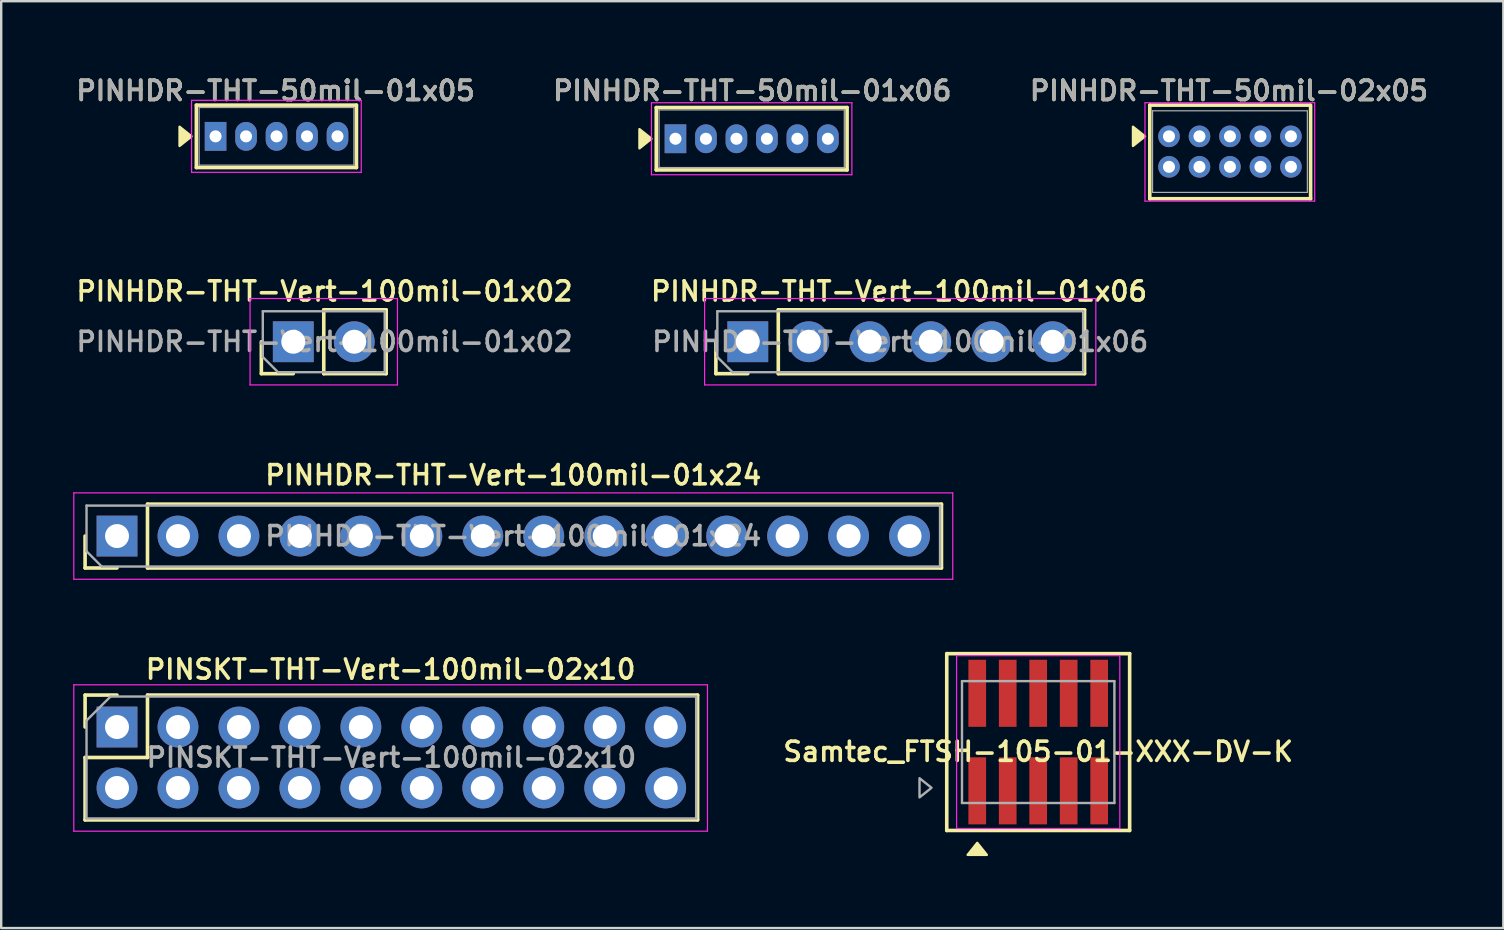
<source format=kicad_pcb>
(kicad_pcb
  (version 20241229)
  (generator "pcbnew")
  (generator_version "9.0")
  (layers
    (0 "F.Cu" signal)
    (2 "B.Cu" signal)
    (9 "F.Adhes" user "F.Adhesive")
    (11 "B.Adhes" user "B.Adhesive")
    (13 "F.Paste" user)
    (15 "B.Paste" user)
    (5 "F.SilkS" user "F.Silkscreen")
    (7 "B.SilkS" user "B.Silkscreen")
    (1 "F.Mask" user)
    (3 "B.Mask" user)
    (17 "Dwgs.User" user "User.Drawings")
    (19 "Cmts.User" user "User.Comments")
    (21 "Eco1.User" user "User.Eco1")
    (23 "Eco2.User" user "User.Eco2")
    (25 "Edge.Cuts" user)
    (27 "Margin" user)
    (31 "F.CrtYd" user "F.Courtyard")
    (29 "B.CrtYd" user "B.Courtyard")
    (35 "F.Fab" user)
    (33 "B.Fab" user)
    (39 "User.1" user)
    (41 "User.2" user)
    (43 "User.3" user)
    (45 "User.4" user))
  (footprint "PINHDR-THT-50mil-01x05"
    (layer "F.Cu")
    (at 5.931 2.631)
    (property "Reference" "PINHDR-THT-50mil-01x05" (at 2.5 -1.9 0) (layer "F.SilkS") (effects (font (size 0.8 0.8) (thickness 0.15))))
    (attr through_hole)
    (fp_line (start -0.8 -1.3) (end 5.87 -1.3) (stroke (width 0.15) (type solid)) (layer "F.SilkS"))
    (fp_line (start -0.8 1.3) (end -0.8 -1.3) (stroke (width 0.15) (type solid)) (layer "F.SilkS"))
    (fp_line (start -0.8 1.3) (end 5.87 1.3) (stroke (width 0.15) (type solid)) (layer "F.SilkS"))
    (fp_line (start 5.87 1.3) (end 5.87 -1.3) (stroke (width 0.15) (type solid)) (layer "F.SilkS"))
    (fp_poly (pts (xy -1 0) (xy -1.5 -0.4) (xy -1.5 0.4)) (stroke (width 0.1) (type solid)) (fill yes) (layer "F.SilkS"))
    (fp_line (start -1 -1.5) (end 6.07 -1.5) (stroke (width 0.05) (type solid)) (layer "F.CrtYd"))
    (fp_line (start -1 1.5) (end -1 -1.5) (stroke (width 0.05) (type solid)) (layer "F.CrtYd"))
    (fp_line (start 6.07 -1.5) (end 6.07 1.5) (stroke (width 0.05) (type solid)) (layer "F.CrtYd"))
    (fp_line (start 6.07 1.5) (end -1 1.5) (stroke (width 0.05) (type solid)) (layer "F.CrtYd"))
    (fp_line (start -0.685 -1.2) (end 5.765 -1.2) (stroke (width 0.05) (type solid)) (layer "F.Fab"))
    (fp_line (start -0.685 1.2) (end -0.685 -1.2) (stroke (width 0.05) (type solid)) (layer "F.Fab"))
    (fp_line (start 5.765 -1.2) (end 5.765 1.2) (stroke (width 0.05) (type solid)) (layer "F.Fab"))
    (fp_line (start 5.765 1.2) (end -0.685 1.2) (stroke (width 0.05) (type solid)) (layer "F.Fab"))
    (fp_text user "${REFERENCE}" (at 2.5 -1.9 0) (layer "F.Fab") (effects (font (size 0.8 0.8) (thickness 0.15))))
    (pad "1" thru_hole rect (at 0 0) (size 0.9 1.2) (drill 0.5) (layers "*.Cu" "*.Mask"))
    (pad "2" thru_hole oval (at 1.27 0) (size 0.9 1.2) (drill 0.5) (layers "*.Cu" "*.Mask"))
    (pad "3" thru_hole oval (at 2.54 0) (size 0.9 1.2) (drill 0.5) (layers "*.Cu" "*.Mask"))
    (pad "4" thru_hole oval (at 3.81 0) (size 0.9 1.2) (drill 0.5) (layers "*.Cu" "*.Mask"))
    (pad "5" thru_hole oval (at 5.08 0) (size 0.9 1.2) (drill 0.5) (layers "*.Cu" "*.Mask")))
  (footprint "PINHDR-THT-Vert-100mil-01x24"
    (layer "F.Cu")
    (at 1.825 19.284)
    (property "Reference" "PINHDR-THT-Vert-100mil-01x24" (at 16.51 -2.54 0) (layer "F.SilkS") (effects (font (size 0.8 0.8) (thickness 0.15))))
    (attr through_hole)
    (fp_line (start -1.33 1.33) (end -1.33 0) (stroke (width 0.15) (type solid)) (layer "F.SilkS"))
    (fp_line (start 0 1.33) (end -1.33 1.33) (stroke (width 0.15) (type solid)) (layer "F.SilkS"))
    (fp_line (start 1.27 -1.33) (end 34.35 -1.33) (stroke (width 0.15) (type solid)) (layer "F.SilkS"))
    (fp_line (start 1.27 1.33) (end 1.27 -1.33) (stroke (width 0.15) (type solid)) (layer "F.SilkS"))
    (fp_line (start 1.27 1.33) (end 34.35 1.33) (stroke (width 0.15) (type solid)) (layer "F.SilkS"))
    (fp_line (start 34.35 1.33) (end 34.35 -1.33) (stroke (width 0.15) (type solid)) (layer "F.SilkS"))
    (fp_line (start -1.8 -1.8) (end -1.8 1.8) (stroke (width 0.05) (type solid)) (layer "F.CrtYd"))
    (fp_line (start -1.8 1.8) (end 34.82 1.8) (stroke (width 0.05) (type solid)) (layer "F.CrtYd"))
    (fp_line (start 34.82 -1.8) (end -1.8 -1.8) (stroke (width 0.05) (type solid)) (layer "F.CrtYd"))
    (fp_line (start 34.82 1.8) (end 34.82 -1.8) (stroke (width 0.05) (type solid)) (layer "F.CrtYd"))
    (fp_line (start -1.27 -1.27) (end 34.29 -1.27) (stroke (width 0.1) (type solid)) (layer "F.Fab"))
    (fp_line (start -1.27 0.635) (end -1.27 -1.27) (stroke (width 0.1) (type solid)) (layer "F.Fab"))
    (fp_line (start -0.635 1.27) (end -1.27 0.635) (stroke (width 0.1) (type solid)) (layer "F.Fab"))
    (fp_line (start 34.29 -1.27) (end 34.29 1.27) (stroke (width 0.1) (type solid)) (layer "F.Fab"))
    (fp_line (start 34.29 1.27) (end -0.635 1.27) (stroke (width 0.1) (type solid)) (layer "F.Fab"))
    (fp_text user "${REFERENCE}" (at 16.51 0 180) (layer "F.Fab") (effects (font (size 0.8 0.8) (thickness 0.15))))
    (pad "1" thru_hole rect (at 0 0 90) (size 1.7 1.7) (drill 1) (layers "*.Cu" "*.Mask"))
    (pad "2" thru_hole oval (at 2.54 0 90) (size 1.7 1.7) (drill 1) (layers "*.Cu" "*.Mask"))
    (pad "3" thru_hole oval (at 5.08 0 90) (size 1.7 1.7) (drill 1) (layers "*.Cu" "*.Mask"))
    (pad "4" thru_hole oval (at 7.62 0 90) (size 1.7 1.7) (drill 1) (layers "*.Cu" "*.Mask"))
    (pad "5" thru_hole oval (at 10.16 0 90) (size 1.7 1.7) (drill 1) (layers "*.Cu" "*.Mask"))
    (pad "6" thru_hole oval (at 12.7 0 90) (size 1.7 1.7) (drill 1) (layers "*.Cu" "*.Mask"))
    (pad "7" thru_hole oval (at 15.24 0 90) (size 1.7 1.7) (drill 1) (layers "*.Cu" "*.Mask"))
    (pad "8" thru_hole oval (at 17.78 0 90) (size 1.7 1.7) (drill 1) (layers "*.Cu" "*.Mask"))
    (pad "9" thru_hole oval (at 20.32 0 90) (size 1.7 1.7) (drill 1) (layers "*.Cu" "*.Mask"))
    (pad "10" thru_hole oval (at 22.86 0 90) (size 1.7 1.7) (drill 1) (layers "*.Cu" "*.Mask"))
    (pad "11" thru_hole oval (at 25.4 0 90) (size 1.7 1.7) (drill 1) (layers "*.Cu" "*.Mask"))
    (pad "12" thru_hole oval (at 27.94 0 90) (size 1.7 1.7) (drill 1) (layers "*.Cu" "*.Mask"))
    (pad "13" thru_hole oval (at 30.48 0 90) (size 1.7 1.7) (drill 1) (layers "*.Cu" "*.Mask"))
    (pad "14" thru_hole oval (at 33.02 0 90) (size 1.7 1.7) (drill 1) (layers "*.Cu" "*.Mask")))
  (footprint "PINHDR-THT-Vert-100mil-01x06"
    (layer "F.Cu")
    (at 28.106 11.188)
    (property "Reference" "PINHDR-THT-Vert-100mil-01x06" (at 6.3 -2.1 0) (layer "F.SilkS") (effects (font (size 0.8 0.8) (thickness 0.15))))
    (attr through_hole)
    (fp_line (start -1.33 1.33) (end -1.33 0) (stroke (width 0.15) (type solid)) (layer "F.SilkS"))
    (fp_line (start 0 1.33) (end -1.33 1.33) (stroke (width 0.15) (type solid)) (layer "F.SilkS"))
    (fp_line (start 1.27 -1.33) (end 14.03 -1.33) (stroke (width 0.15) (type solid)) (layer "F.SilkS"))
    (fp_line (start 1.27 1.33) (end 1.27 -1.33) (stroke (width 0.15) (type solid)) (layer "F.SilkS"))
    (fp_line (start 1.27 1.33) (end 14.03 1.33) (stroke (width 0.15) (type solid)) (layer "F.SilkS"))
    (fp_line (start 14.03 1.33) (end 14.03 -1.33) (stroke (width 0.15) (type solid)) (layer "F.SilkS"))
    (fp_line (start -1.8 -1.8) (end -1.8 1.8) (stroke (width 0.05) (type solid)) (layer "F.CrtYd"))
    (fp_line (start -1.8 1.8) (end 14.5 1.8) (stroke (width 0.05) (type solid)) (layer "F.CrtYd"))
    (fp_line (start 14.5 -1.8) (end -1.8 -1.8) (stroke (width 0.05) (type solid)) (layer "F.CrtYd"))
    (fp_line (start 14.5 1.8) (end 14.5 -1.8) (stroke (width 0.05) (type solid)) (layer "F.CrtYd"))
    (fp_line (start -1.27 -1.27) (end 13.97 -1.27) (stroke (width 0.1) (type solid)) (layer "F.Fab"))
    (fp_line (start -1.27 0.635) (end -1.27 -1.27) (stroke (width 0.1) (type solid)) (layer "F.Fab"))
    (fp_line (start -0.635 1.27) (end -1.27 0.635) (stroke (width 0.1) (type solid)) (layer "F.Fab"))
    (fp_line (start 13.97 -1.27) (end 13.97 1.27) (stroke (width 0.1) (type solid)) (layer "F.Fab"))
    (fp_line (start 13.97 1.27) (end -0.635 1.27) (stroke (width 0.1) (type solid)) (layer "F.Fab"))
    (fp_text user "${REFERENCE}" (at 6.35 0 180) (layer "F.Fab") (effects (font (size 0.8 0.8) (thickness 0.15))))
    (pad "1" thru_hole rect (at 0 0 90) (size 1.7 1.7) (drill 1) (layers "*.Cu" "*.Mask"))
    (pad "2" thru_hole oval (at 2.54 0 90) (size 1.7 1.7) (drill 1) (layers "*.Cu" "*.Mask"))
    (pad "3" thru_hole oval (at 5.08 0 90) (size 1.7 1.7) (drill 1) (layers "*.Cu" "*.Mask"))
    (pad "4" thru_hole oval (at 7.62 0 90) (size 1.7 1.7) (drill 1) (layers "*.Cu" "*.Mask"))
    (pad "5" thru_hole oval (at 10.16 0 90) (size 1.7 1.7) (drill 1) (layers "*.Cu" "*.Mask"))
    (pad "6" thru_hole oval (at 12.7 0 90) (size 1.7 1.7) (drill 1) (layers "*.Cu" "*.Mask")))
  (footprint "Samtec_FTSH-105-01-XXX-DV-K"
    (layer "F.Cu")
    (at 40.205 27.867)
    (property "Reference" "Samtec_FTSH-105-01-XXX-DV-K" (at 0 0.4 0) (layer "F.SilkS") (effects (font (size 0.8 0.8) (thickness 0.15))))
    (attr through_hole)
    (fp_line (start -3.81 -3.683) (end 3.81 -3.683) (stroke (width 0.15) (type solid)) (layer "F.SilkS"))
    (fp_line (start -3.81 3.683) (end -3.81 -3.683) (stroke (width 0.15) (type solid)) (layer "F.SilkS"))
    (fp_line (start 3.81 -3.683) (end 3.81 3.683) (stroke (width 0.15) (type solid)) (layer "F.SilkS"))
    (fp_line (start 3.81 3.683) (end -3.81 3.683) (stroke (width 0.15) (type solid)) (layer "F.SilkS"))
    (fp_poly (pts (xy -2.54 4.2) (xy -2.94 4.7) (xy -2.14 4.7)) (stroke (width 0.1) (type solid)) (fill yes) (layer "F.SilkS"))
    (fp_line (start -3.4 -3.6) (end -3.4 3.6) (stroke (width 0.05) (type solid)) (layer "F.CrtYd"))
    (fp_line (start -3.4 3.6) (end 3.4 3.6) (stroke (width 0.05) (type solid)) (layer "F.CrtYd"))
    (fp_line (start 3.4 -3.6) (end -3.4 -3.6) (stroke (width 0.05) (type solid)) (layer "F.CrtYd"))
    (fp_line (start 3.4 3.6) (end 3.4 -3.6) (stroke (width 0.05) (type solid)) (layer "F.CrtYd"))
    (fp_line (start -3.175 -2.54) (end 3.175 -2.54) (stroke (width 0.1) (type solid)) (layer "F.Fab"))
    (fp_line (start -3.175 2.54) (end -3.175 -2.54) (stroke (width 0.1) (type solid)) (layer "F.Fab"))
    (fp_line (start 3.175 -2.54) (end 3.175 2.54) (stroke (width 0.1) (type solid)) (layer "F.Fab"))
    (fp_line (start 3.175 2.54) (end -3.175 2.54) (stroke (width 0.1) (type solid)) (layer "F.Fab"))
    (fp_poly (pts (xy -4.445 1.905) (xy -4.945 1.505) (xy -4.945 2.305)) (stroke (width 0.1) (type solid)) (fill no) (layer "F.Fab"))
    (pad "1" smd rect (at -2.54 2.032 90) (size 2.794 0.737) (layers "F.Cu" "F.Mask" "F.Paste"))
    (pad "2" smd rect (at -2.54 -2.032 90) (size 2.794 0.737) (layers "F.Cu" "F.Mask" "F.Paste"))
    (pad "3" smd rect (at -1.27 2.032 90) (size 2.794 0.737) (layers "F.Cu" "F.Mask" "F.Paste"))
    (pad "4" smd rect (at -1.27 -2.032 90) (size 2.794 0.737) (layers "F.Cu" "F.Mask" "F.Paste"))
    (pad "5" smd rect (at 0 2.032 90) (size 2.794 0.737) (layers "F.Cu" "F.Mask" "F.Paste"))
    (pad "6" smd rect (at 0 -2.032 90) (size 2.794 0.737) (layers "F.Cu" "F.Mask" "F.Paste"))
    (pad "7" smd rect (at 1.27 2.032 90) (size 2.794 0.737) (layers "F.Cu" "F.Mask" "F.Paste"))
    (pad "8" smd rect (at 1.27 -2.032 90) (size 2.794 0.737) (layers "F.Cu" "F.Mask" "F.Paste"))
    (pad "9" smd rect (at 2.54 2.032 90) (size 2.794 0.737) (layers "F.Cu" "F.Mask" "F.Paste"))
    (pad "10" smd rect (at 2.54 -2.032 90) (size 2.794 0.737) (layers "F.Cu" "F.Mask" "F.Paste")))
  (footprint "PINSKT-THT-Vert-100mil-02x10"
    (layer "F.Cu")
    (at 1.825 27.24)
    (property "Reference" "PINSKT-THT-Vert-100mil-02x10" (at 11.4 -2.4 180) (layer "F.SilkS") (effects (font (size 0.8 0.8) (thickness 0.15))))
    (attr through_hole)
    (fp_line (start -1.33 -1.33) (end 0 -1.33) (stroke (width 0.15) (type solid)) (layer "F.SilkS"))
    (fp_line (start -1.33 0) (end -1.33 -1.33) (stroke (width 0.15) (type solid)) (layer "F.SilkS"))
    (fp_line (start -1.33 1.27) (end 1.27 1.27) (stroke (width 0.15) (type solid)) (layer "F.SilkS"))
    (fp_line (start -1.33 3.87) (end -1.33 1.27) (stroke (width 0.15) (type solid)) (layer "F.SilkS"))
    (fp_line (start -1.33 3.87) (end 24.19 3.87) (stroke (width 0.15) (type solid)) (layer "F.SilkS"))
    (fp_line (start 1.27 -1.33) (end 24.19 -1.33) (stroke (width 0.15) (type solid)) (layer "F.SilkS"))
    (fp_line (start 1.27 1.27) (end 1.27 -1.33) (stroke (width 0.15) (type solid)) (layer "F.SilkS"))
    (fp_line (start 24.19 3.87) (end 24.19 -1.33) (stroke (width 0.15) (type solid)) (layer "F.SilkS"))
    (fp_line (start -1.8 -1.76) (end 24.6 -1.76) (stroke (width 0.05) (type solid)) (layer "F.CrtYd"))
    (fp_line (start -1.8 4.34) (end -1.8 -1.76) (stroke (width 0.05) (type solid)) (layer "F.CrtYd"))
    (fp_line (start 24.6 -1.76) (end 24.6 4.34) (stroke (width 0.05) (type solid)) (layer "F.CrtYd"))
    (fp_line (start 24.6 4.34) (end -1.8 4.34) (stroke (width 0.05) (type solid)) (layer "F.CrtYd"))
    (fp_line (start -1.27 -0.27) (end -0.27 -1.27) (stroke (width 0.1) (type solid)) (layer "F.Fab"))
    (fp_line (start -1.27 3.81) (end -1.27 -0.27) (stroke (width 0.1) (type solid)) (layer "F.Fab"))
    (fp_line (start -0.27 -1.27) (end 24.13 -1.27) (stroke (width 0.1) (type solid)) (layer "F.Fab"))
    (fp_line (start 24.13 -1.27) (end 24.13 3.81) (stroke (width 0.1) (type solid)) (layer "F.Fab"))
    (fp_line (start 24.13 3.81) (end -1.27 3.81) (stroke (width 0.1) (type solid)) (layer "F.Fab"))
    (fp_text user "${REFERENCE}" (at 11.43 1.27 180) (layer "F.Fab") (effects (font (size 0.8 0.8) (thickness 0.15))))
    (pad "1" thru_hole rect (at 0 0 90) (size 1.7 1.7) (drill 1) (layers "*.Cu" "*.Mask"))
    (pad "2" thru_hole oval (at 0 2.54 90) (size 1.7 1.7) (drill 1) (layers "*.Cu" "*.Mask"))
    (pad "3" thru_hole oval (at 2.54 0 90) (size 1.7 1.7) (drill 1) (layers "*.Cu" "*.Mask"))
    (pad "4" thru_hole oval (at 2.54 2.54 90) (size 1.7 1.7) (drill 1) (layers "*.Cu" "*.Mask"))
    (pad "5" thru_hole oval (at 5.08 0 90) (size 1.7 1.7) (drill 1) (layers "*.Cu" "*.Mask"))
    (pad "6" thru_hole oval (at 5.08 2.54 90) (size 1.7 1.7) (drill 1) (layers "*.Cu" "*.Mask"))
    (pad "7" thru_hole oval (at 7.62 0 90) (size 1.7 1.7) (drill 1) (layers "*.Cu" "*.Mask"))
    (pad "8" thru_hole oval (at 7.62 2.54 90) (size 1.7 1.7) (drill 1) (layers "*.Cu" "*.Mask"))
    (pad "9" thru_hole oval (at 10.16 0 90) (size 1.7 1.7) (drill 1) (layers "*.Cu" "*.Mask"))
    (pad "10" thru_hole oval (at 10.16 2.54 90) (size 1.7 1.7) (drill 1) (layers "*.Cu" "*.Mask"))
    (pad "11" thru_hole oval (at 12.7 0 90) (size 1.7 1.7) (drill 1) (layers "*.Cu" "*.Mask"))
    (pad "12" thru_hole oval (at 12.7 2.54 90) (size 1.7 1.7) (drill 1) (layers "*.Cu" "*.Mask"))
    (pad "13" thru_hole oval (at 15.24 0 90) (size 1.7 1.7) (drill 1) (layers "*.Cu" "*.Mask"))
    (pad "14" thru_hole oval (at 15.24 2.54 90) (size 1.7 1.7) (drill 1) (layers "*.Cu" "*.Mask"))
    (pad "15" thru_hole oval (at 17.78 0 90) (size 1.7 1.7) (drill 1) (layers "*.Cu" "*.Mask"))
    (pad "16" thru_hole oval (at 17.78 2.54 90) (size 1.7 1.7) (drill 1) (layers "*.Cu" "*.Mask"))
    (pad "17" thru_hole oval (at 20.32 0 90) (size 1.7 1.7) (drill 1) (layers "*.Cu" "*.Mask"))
    (pad "18" thru_hole oval (at 20.32 2.54 90) (size 1.7 1.7) (drill 1) (layers "*.Cu" "*.Mask"))
    (pad "19" thru_hole oval (at 22.86 0 90) (size 1.7 1.7) (drill 1) (layers "*.Cu" "*.Mask"))
    (pad "20" thru_hole oval (at 22.86 2.54 90) (size 1.7 1.7) (drill 1) (layers "*.Cu" "*.Mask")))
  (footprint "PINHDR-THT-50mil-02x05"
    (layer "F.Cu")
    (at 45.654 2.631)
    (property "Reference" "PINHDR-THT-50mil-02x05" (at 2.5 -1.9 0) (layer "F.SilkS") (effects (font (size 0.8 0.8) (thickness 0.15))))
    (attr through_hole)
    (fp_line (start -0.8 -1.3) (end 5.87 -1.3) (stroke (width 0.15) (type solid)) (layer "F.SilkS"))
    (fp_line (start -0.8 2.6) (end -0.8 -1.3) (stroke (width 0.15) (type solid)) (layer "F.SilkS"))
    (fp_line (start -0.8 2.6) (end 5.9 2.6) (stroke (width 0.15) (type solid)) (layer "F.SilkS"))
    (fp_line (start 5.9 -1.3) (end 5.9 2.6) (stroke (width 0.15) (type solid)) (layer "F.SilkS"))
    (fp_poly (pts (xy -1 0) (xy -1.5 -0.4) (xy -1.5 0.4)) (stroke (width 0.1) (type solid)) (fill yes) (layer "F.SilkS"))
    (fp_line (start -1 -1.4) (end 6.07 -1.4) (stroke (width 0.05) (type solid)) (layer "F.CrtYd"))
    (fp_line (start -1 2.7) (end -1 -1.4) (stroke (width 0.05) (type solid)) (layer "F.CrtYd"))
    (fp_line (start 6.07 -1.4) (end 6.07 2.7) (stroke (width 0.05) (type solid)) (layer "F.CrtYd"))
    (fp_line (start 6.07 2.7) (end -1 2.7) (stroke (width 0.05) (type solid)) (layer "F.CrtYd"))
    (fp_line (start -0.685 -1.065) (end 5.765 -1.065) (stroke (width 0.05) (type solid)) (layer "F.Fab"))
    (fp_line (start -0.685 2.335) (end -0.685 -1.065) (stroke (width 0.05) (type solid)) (layer "F.Fab"))
    (fp_line (start 5.765 -1.065) (end 5.765 2.335) (stroke (width 0.05) (type solid)) (layer "F.Fab"))
    (fp_line (start 5.765 2.335) (end -0.685 2.335) (stroke (width 0.05) (type solid)) (layer "F.Fab"))
    (fp_text user "${REFERENCE}" (at 2.5 -1.9 0) (layer "F.Fab") (effects (font (size 0.8 0.8) (thickness 0.15))))
    (pad "1" thru_hole circle (at 0 0) (size 0.9 0.9) (drill 0.5) (layers "*.Cu" "*.Mask"))
    (pad "2" thru_hole circle (at 0 1.27) (size 0.9 0.9) (drill 0.5) (layers "*.Cu" "*.Mask"))
    (pad "3" thru_hole circle (at 1.27 0) (size 0.9 0.9) (drill 0.5) (layers "*.Cu" "*.Mask"))
    (pad "4" thru_hole circle (at 1.27 1.27) (size 0.9 0.9) (drill 0.5) (layers "*.Cu" "*.Mask"))
    (pad "5" thru_hole circle (at 2.54 0) (size 0.9 0.9) (drill 0.5) (layers "*.Cu" "*.Mask"))
    (pad "6" thru_hole circle (at 2.54 1.27) (size 0.9 0.9) (drill 0.5) (layers "*.Cu" "*.Mask"))
    (pad "7" thru_hole circle (at 3.81 0) (size 0.9 0.9) (drill 0.5) (layers "*.Cu" "*.Mask"))
    (pad "8" thru_hole circle (at 3.81 1.27) (size 0.9 0.9) (drill 0.5) (layers "*.Cu" "*.Mask"))
    (pad "9" thru_hole circle (at 5.08 0) (size 0.9 0.9) (drill 0.5) (layers "*.Cu" "*.Mask"))
    (pad "10" thru_hole circle (at 5.08 1.27) (size 0.9 0.9) (drill 0.5) (layers "*.Cu" "*.Mask")))
  (footprint "PINHDR-THT-50mil-01x06"
    (layer "F.Cu")
    (at 25.092 2.731)
    (property "Reference" "PINHDR-THT-50mil-01x06" (at 3.2 -2 0) (layer "F.SilkS") (effects (font (size 0.8 0.8) (thickness 0.15))))
    (attr through_hole)
    (fp_line (start -0.8 -1.3) (end 7.15 -1.3) (stroke (width 0.15) (type solid)) (layer "F.SilkS"))
    (fp_line (start -0.8 1.3) (end -0.8 -1.3) (stroke (width 0.15) (type solid)) (layer "F.SilkS"))
    (fp_line (start -0.8 1.3) (end 7.15 1.3) (stroke (width 0.15) (type solid)) (layer "F.SilkS"))
    (fp_line (start 7.15 1.3) (end 7.15 -1.3) (stroke (width 0.15) (type solid)) (layer "F.SilkS"))
    (fp_poly (pts (xy -1 0) (xy -1.5 -0.4) (xy -1.5 0.4)) (stroke (width 0.1) (type solid)) (fill yes) (layer "F.SilkS"))
    (fp_line (start -1 -1.5) (end -1 1.5) (stroke (width 0.05) (type solid)) (layer "F.CrtYd"))
    (fp_line (start -1 1.5) (end 7.35 1.5) (stroke (width 0.05) (type solid)) (layer "F.CrtYd"))
    (fp_line (start 7.35 -1.5) (end -1 -1.5) (stroke (width 0.05) (type solid)) (layer "F.CrtYd"))
    (fp_line (start 7.35 1.5) (end 7.35 -1.5) (stroke (width 0.05) (type solid)) (layer "F.CrtYd"))
    (fp_line (start -0.685 -1.2) (end 7.035 -1.2) (stroke (width 0.05) (type solid)) (layer "F.Fab"))
    (fp_line (start -0.685 1.2) (end -0.685 -1.2) (stroke (width 0.05) (type solid)) (layer "F.Fab"))
    (fp_line (start 7.035 -1.2) (end 7.035 1.2) (stroke (width 0.05) (type solid)) (layer "F.Fab"))
    (fp_line (start 7.035 1.2) (end -0.685 1.2) (stroke (width 0.05) (type solid)) (layer "F.Fab"))
    (fp_text user "${REFERENCE}" (at 3.2 -2 0) (layer "F.Fab") (effects (font (size 0.8 0.8) (thickness 0.15))))
    (pad "1" thru_hole rect (at 0 0) (size 0.9 1.2) (drill 0.5) (layers "*.Cu" "*.Mask"))
    (pad "2" thru_hole oval (at 1.27 0) (size 0.9 1.2) (drill 0.5) (layers "*.Cu" "*.Mask"))
    (pad "3" thru_hole oval (at 2.54 0) (size 0.9 1.2) (drill 0.5) (layers "*.Cu" "*.Mask"))
    (pad "4" thru_hole oval (at 3.81 0) (size 0.9 1.2) (drill 0.5) (layers "*.Cu" "*.Mask"))
    (pad "5" thru_hole oval (at 5.08 0) (size 0.9 1.2) (drill 0.5) (layers "*.Cu" "*.Mask"))
    (pad "6" thru_hole oval (at 6.35 0) (size 0.9 1.2) (drill 0.5) (layers "*.Cu" "*.Mask")))
  (footprint "PINHDR-THT-Vert-100mil-01x02"
    (layer "F.Cu")
    (at 9.169 11.188)
    (property "Reference" "PINHDR-THT-Vert-100mil-01x02" (at 1.3 -2.1 0) (layer "F.SilkS") (effects (font (size 0.8 0.8) (thickness 0.15))))
    (attr through_hole)
    (fp_line (start -1.33 1.33) (end -1.33 0) (stroke (width 0.15) (type solid)) (layer "F.SilkS"))
    (fp_line (start 0 1.33) (end -1.33 1.33) (stroke (width 0.15) (type solid)) (layer "F.SilkS"))
    (fp_line (start 1.27 -1.33) (end 3.87 -1.33) (stroke (width 0.15) (type solid)) (layer "F.SilkS"))
    (fp_line (start 1.27 1.33) (end 1.27 -1.33) (stroke (width 0.15) (type solid)) (layer "F.SilkS"))
    (fp_line (start 1.27 1.33) (end 3.87 1.33) (stroke (width 0.15) (type solid)) (layer "F.SilkS"))
    (fp_line (start 3.87 1.33) (end 3.87 -1.33) (stroke (width 0.15) (type solid)) (layer "F.SilkS"))
    (fp_line (start -1.8 -1.8) (end -1.8 1.8) (stroke (width 0.05) (type solid)) (layer "F.CrtYd"))
    (fp_line (start -1.8 1.8) (end 4.34 1.8) (stroke (width 0.05) (type solid)) (layer "F.CrtYd"))
    (fp_line (start 4.34 -1.8) (end -1.8 -1.8) (stroke (width 0.05) (type solid)) (layer "F.CrtYd"))
    (fp_line (start 4.34 1.8) (end 4.34 -1.8) (stroke (width 0.05) (type solid)) (layer "F.CrtYd"))
    (fp_line (start -1.27 -1.27) (end 3.81 -1.27) (stroke (width 0.1) (type solid)) (layer "F.Fab"))
    (fp_line (start -1.27 0.635) (end -1.27 -1.27) (stroke (width 0.1) (type solid)) (layer "F.Fab"))
    (fp_line (start -0.635 1.27) (end -1.27 0.635) (stroke (width 0.1) (type solid)) (layer "F.Fab"))
    (fp_line (start 3.81 -1.27) (end 3.81 1.27) (stroke (width 0.1) (type solid)) (layer "F.Fab"))
    (fp_line (start 3.81 1.27) (end -0.635 1.27) (stroke (width 0.1) (type solid)) (layer "F.Fab"))
    (fp_text user "${REFERENCE}" (at 1.3 0 180) (layer "F.Fab") (effects (font (size 0.8 0.8) (thickness 0.15))))
    (pad "1" thru_hole rect (at 0 0 90) (size 1.7 1.7) (drill 1) (layers "*.Cu" "*.Mask"))
    (pad "2" thru_hole oval (at 2.54 0 90) (size 1.7 1.7) (drill 1) (layers "*.Cu" "*.Mask")))
  (gr_rect
    (start -3 -3)
    (end 59.584 35.617)
    (stroke (width 0.1) (type default))
    (fill no)
    (layer "Edge.Cuts")))
</source>
